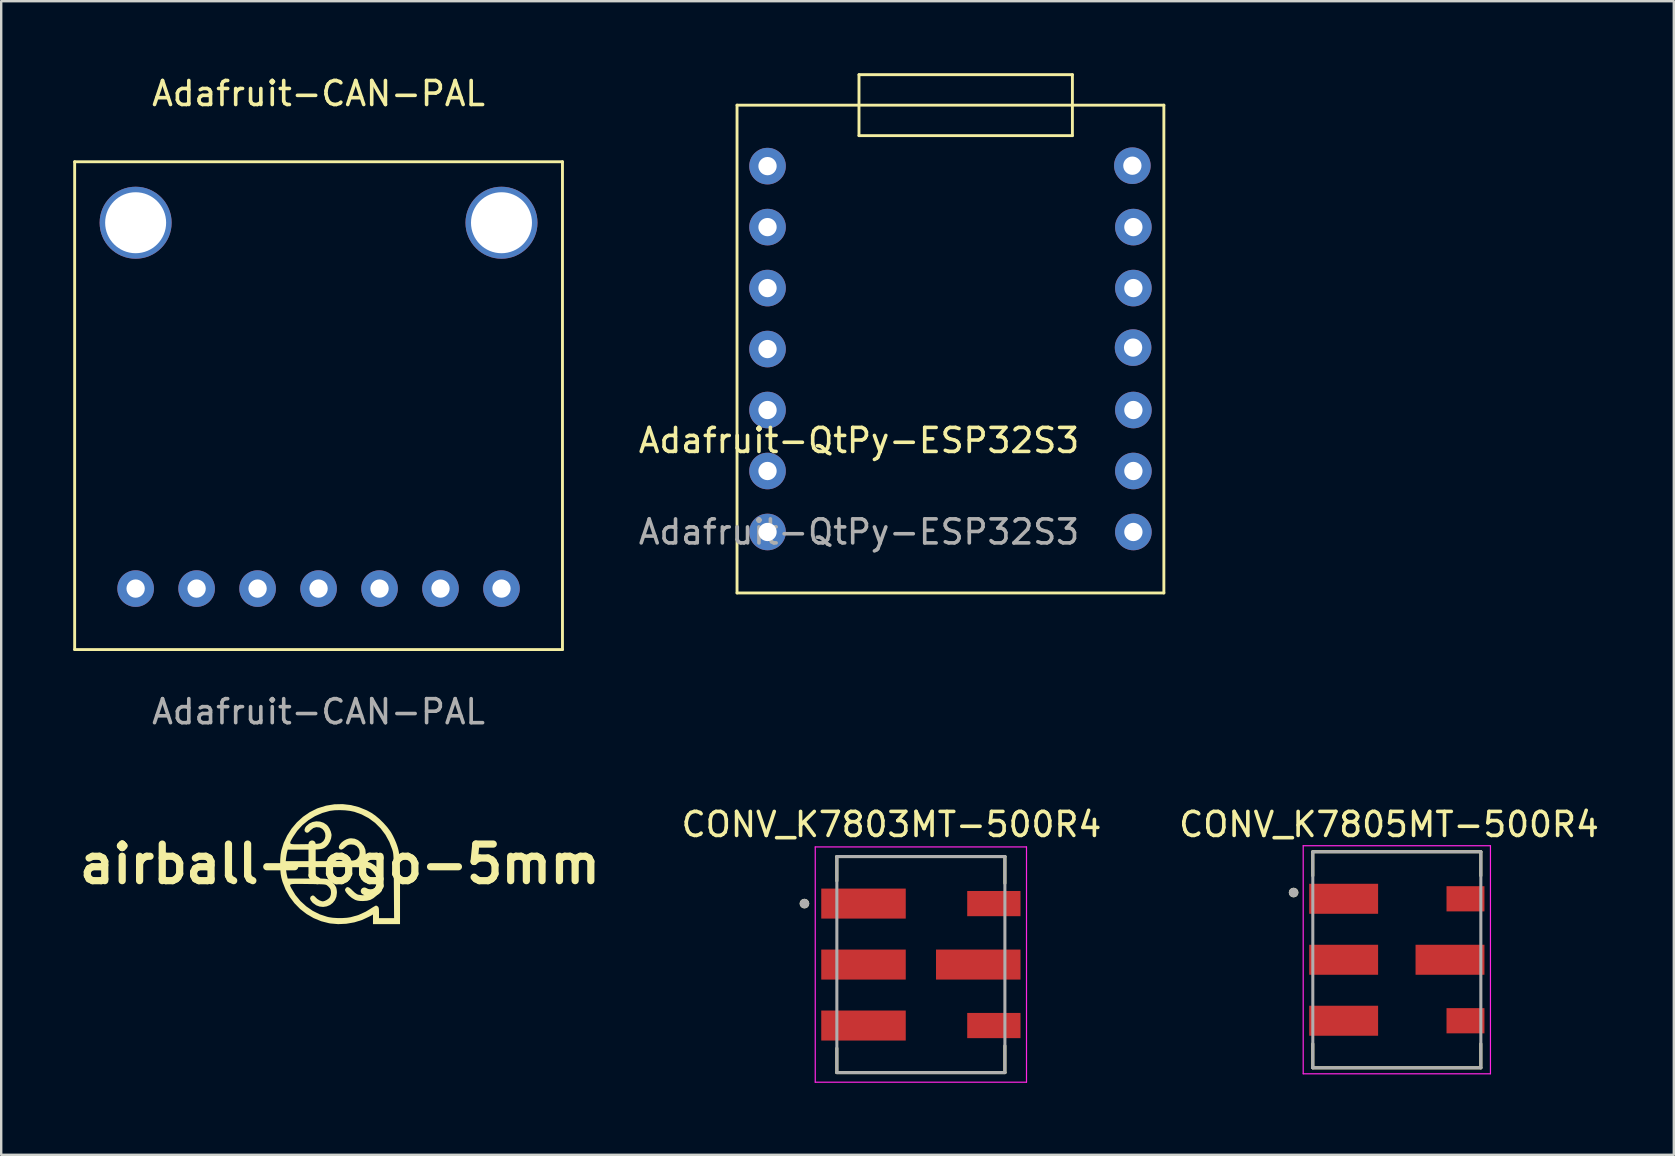
<source format=kicad_pcb>
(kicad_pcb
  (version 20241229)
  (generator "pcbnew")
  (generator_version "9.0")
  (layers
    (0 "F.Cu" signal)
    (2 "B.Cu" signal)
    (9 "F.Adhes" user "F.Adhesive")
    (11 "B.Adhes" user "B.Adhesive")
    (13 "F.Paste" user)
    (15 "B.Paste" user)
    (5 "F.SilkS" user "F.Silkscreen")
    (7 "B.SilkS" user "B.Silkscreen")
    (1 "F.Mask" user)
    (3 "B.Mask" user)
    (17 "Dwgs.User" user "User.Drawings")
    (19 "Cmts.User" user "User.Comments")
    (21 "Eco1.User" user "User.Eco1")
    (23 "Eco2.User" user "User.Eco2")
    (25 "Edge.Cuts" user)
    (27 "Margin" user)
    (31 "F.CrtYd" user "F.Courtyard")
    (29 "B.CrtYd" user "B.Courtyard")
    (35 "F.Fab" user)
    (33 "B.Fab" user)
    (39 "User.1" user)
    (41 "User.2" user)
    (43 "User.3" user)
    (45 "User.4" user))
  (footprint "Adafruit-CAN-PAL"
    (layer "F.Cu")
    (at 10.22 13.848)
    (property "Reference" "Adafruit-CAN-PAL" (at 0 -13 0) (unlocked yes) (layer "F.SilkS") (effects (font (size 1 1) (thickness 0.15))))
    (attr through_hole)
    (fp_line (start -10.16 -10.16) (end 10.16 -10.16) (stroke (width 0.12) (type solid)) (layer "F.SilkS"))
    (fp_line (start -10.16 10.16) (end -10.16 -10.16) (stroke (width 0.12) (type solid)) (layer "F.SilkS"))
    (fp_line (start 10.16 -10.16) (end 10.16 10.16) (stroke (width 0.12) (type solid)) (layer "F.SilkS"))
    (fp_line (start 10.16 10.16) (end -10.16 10.16) (stroke (width 0.12) (type solid)) (layer "F.SilkS"))
    (fp_text user "${REFERENCE}" (at 0 12.75 0) (unlocked yes) (layer "F.Fab") (effects (font (size 1 1) (thickness 0.15))))
    (pad "" np_thru_hole circle (at -7.62 -7.62) (size 3 3) (drill 2.54) (layers "*.Cu" "*.Mask"))
    (pad "" np_thru_hole circle (at 7.62 -7.62) (size 3 3) (drill 2.54) (layers "*.Cu" "*.Mask"))
    (pad "1" thru_hole circle (at -7.62 7.62) (size 1.524 1.524) (drill 0.762) (layers "*.Cu" "*.Mask"))
    (pad "2" thru_hole circle (at -5.08 7.62) (size 1.524 1.524) (drill 0.762) (layers "*.Cu" "*.Mask"))
    (pad "3" thru_hole circle (at -2.54 7.62) (size 1.524 1.524) (drill 0.762) (layers "*.Cu" "*.Mask"))
    (pad "4" thru_hole circle (at 0 7.62) (size 1.524 1.524) (drill 0.762) (layers "*.Cu" "*.Mask"))
    (pad "5" thru_hole circle (at 2.54 7.62) (size 1.524 1.524) (drill 0.762) (layers "*.Cu" "*.Mask"))
    (pad "6" thru_hole circle (at 5.08 7.62) (size 1.524 1.524) (drill 0.762) (layers "*.Cu" "*.Mask"))
    (pad "7" thru_hole circle (at 7.62 7.62) (size 1.524 1.524) (drill 0.762) (layers "*.Cu" "*.Mask")))
  (footprint "airball-logo-5mm"
    (layer "F.Cu")
    (at 11.111 32.945)
    (property "Reference" "airball-logo-5mm" (at 0 0 0) (layer "F.SilkS") (effects (font (size 1.524 1.524) (thickness 0.3))))
    (attr board_only exclude_from_pos_files exclude_from_bom)
    (fp_poly (pts (xy 0.457 -2.459) (xy 0.795 -2.371) (xy 1.123 -2.237) (xy 1.307 -2.137) (xy 1.47 -2.025) (xy 1.643 -1.88) (xy 1.813 -1.714) (xy 1.968 -1.541) (xy 2.095 -1.372) (xy 2.137 -1.307) (xy 2.206 -1.181) (xy 2.276 -1.037) (xy 2.334 -0.901) (xy 2.343 -0.879) (xy 2.375 -0.79) (xy 2.403 -0.707) (xy 2.426 -0.626) (xy 2.446 -0.541) (xy 2.462 -0.448) (xy 2.474 -0.342) (xy 2.484 -0.219) (xy 2.491 -0.074) (xy 2.496 0.098) (xy 2.5 0.301) (xy 2.501 0.541) (xy 2.502 0.821) (xy 2.502 1.142) (xy 2.502 2.502) (xy 1.376 2.502) (xy 1.376 2.1) (xy 1.216 2.189) (xy 0.919 2.328) (xy 0.599 2.427) (xy 0.265 2.485) (xy -0.072 2.501) (xy -0.404 2.472) (xy -0.454 2.463) (xy -0.785 2.379) (xy -1.099 2.249) (xy -1.39 2.079) (xy -1.657 1.872) (xy -1.894 1.631) (xy -2.098 1.36) (xy -2.265 1.063) (xy -2.392 0.742) (xy -2.442 0.563) (xy -2.47 0.403) (xy -2.486 0.21) (xy -2.489 0.125) (xy -2.258 0.125) (xy -2.241 0.269) (xy -2.227 0.369) (xy -2.209 0.465) (xy -2.199 0.507) (xy -2.175 0.602) (xy -1.373 0.6) (xy -1.151 0.6) (xy -0.973 0.6) (xy -0.833 0.601) (xy -0.726 0.603) (xy -0.645 0.607) (xy -0.585 0.613) (xy -0.541 0.621) (xy -0.505 0.632) (xy -0.473 0.646) (xy -0.462 0.651) (xy -0.342 0.731) (xy -0.236 0.84) (xy -0.162 0.962) (xy -0.16 0.967) (xy -0.14 1.04) (xy -0.128 1.135) (xy -0.126 1.194) (xy -0.148 1.359) (xy -0.209 1.502) (xy -0.302 1.618) (xy -0.419 1.706) (xy -0.554 1.762) (xy -0.699 1.784) (xy -0.848 1.769) (xy -0.993 1.714) (xy -1.128 1.617) (xy -1.147 1.598) (xy -1.219 1.507) (xy -1.245 1.43) (xy -1.224 1.364) (xy -1.213 1.35) (xy -1.153 1.308) (xy -1.093 1.313) (xy -1.029 1.368) (xy -1.013 1.387) (xy -0.943 1.454) (xy -0.85 1.511) (xy -0.755 1.546) (xy -0.708 1.552) (xy -0.634 1.534) (xy -0.547 1.491) (xy -0.468 1.434) (xy -0.417 1.376) (xy -0.381 1.28) (xy -0.372 1.171) (xy -0.388 1.068) (xy -0.419 1.005) (xy -0.474 0.943) (xy -0.535 0.89) (xy -0.557 0.875) (xy -0.584 0.863) (xy -0.62 0.854) (xy -0.672 0.847) (xy -0.746 0.842) (xy -0.847 0.838) (xy -0.981 0.835) (xy -1.155 0.832) (xy -1.341 0.83) (xy -1.559 0.827) (xy -1.733 0.826) (xy -1.865 0.826) (xy -1.961 0.83) (xy -2.025 0.839) (xy -2.062 0.854) (xy -2.077 0.876) (xy -2.073 0.906) (xy -2.056 0.945) (xy -2.03 0.996) (xy -2.023 1.008) (xy -1.854 1.287) (xy -1.646 1.539) (xy -1.404 1.76) (xy -1.135 1.946) (xy -0.843 2.092) (xy -0.534 2.194) (xy -0.463 2.211) (xy -0.299 2.235) (xy -0.106 2.247) (xy 0.097 2.248) (xy 0.29 2.235) (xy 0.445 2.212) (xy 0.768 2.121) (xy 1.073 1.982) (xy 1.251 1.874) (xy 1.345 1.813) (xy 1.426 1.765) (xy 1.482 1.734) (xy 1.503 1.727) (xy 1.545 1.742) (xy 1.581 1.768) (xy 1.604 1.797) (xy 1.618 1.842) (xy 1.625 1.914) (xy 1.627 2.024) (xy 1.627 2.031) (xy 1.627 2.252) (xy 2.255 2.252) (xy 2.246 0.92) (xy 2.244 0.627) (xy 2.242 0.38) (xy 2.24 0.173) (xy 2.238 0.003) (xy 2.235 -0.134) (xy 2.232 -0.245) (xy 2.227 -0.332) (xy 2.222 -0.402) (xy 2.215 -0.457) (xy 2.207 -0.503) (xy 2.197 -0.544) (xy 2.185 -0.585) (xy 2.182 -0.596) (xy 2.058 -0.923) (xy 1.895 -1.221) (xy 1.696 -1.486) (xy 1.463 -1.718) (xy 1.199 -1.912) (xy 0.905 -2.068) (xy 0.601 -2.178) (xy 0.422 -2.216) (xy 0.213 -2.24) (xy -0.007 -2.249) (xy -0.22 -2.243) (xy -0.409 -2.219) (xy -0.427 -2.216) (xy -0.741 -2.128) (xy -1.039 -1.997) (xy -1.316 -1.827) (xy -1.565 -1.622) (xy -1.781 -1.386) (xy -1.958 -1.124) (xy -1.96 -1.12) (xy -2.013 -1.029) (xy -2.051 -0.958) (xy -2.071 -0.906) (xy -2.069 -0.868) (xy -2.04 -0.844) (xy -1.98 -0.831) (xy -1.885 -0.826) (xy -1.75 -0.826) (xy -1.571 -0.829) (xy -1.47 -0.83) (xy -1.273 -0.834) (xy -1.119 -0.838) (xy -1.003 -0.843) (xy -0.917 -0.85) (xy -0.856 -0.859) (xy -0.813 -0.87) (xy -0.786 -0.882) (xy -0.69 -0.957) (xy -0.631 -1.055) (xy -0.607 -1.166) (xy -0.616 -1.278) (xy -0.659 -1.381) (xy -0.733 -1.466) (xy -0.837 -1.522) (xy -0.853 -1.527) (xy -0.985 -1.539) (xy -1.107 -1.503) (xy -1.218 -1.417) (xy -1.233 -1.402) (xy -1.295 -1.337) (xy -1.341 -1.308) (xy -1.385 -1.308) (xy -1.428 -1.327) (xy -1.469 -1.374) (xy -1.474 -1.444) (xy -1.444 -1.525) (xy -1.4 -1.586) (xy -1.279 -1.69) (xy -1.137 -1.755) (xy -0.983 -1.782) (xy -0.828 -1.771) (xy -0.681 -1.722) (xy -0.553 -1.636) (xy -0.501 -1.582) (xy -0.436 -1.481) (xy -0.384 -1.363) (xy -0.354 -1.248) (xy -0.35 -1.201) (xy -0.369 -1.07) (xy -0.42 -0.934) (xy -0.492 -0.817) (xy -0.517 -0.789) (xy -0.569 -0.737) (xy -0.619 -0.696) (xy -0.671 -0.664) (xy -0.733 -0.64) (xy -0.811 -0.623) (xy -0.911 -0.612) (xy -1.039 -0.605) (xy -1.203 -0.602) (xy -1.408 -0.601) (xy -1.494 -0.601) (xy -2.175 -0.601) (xy -2.2 -0.507) (xy -2.217 -0.427) (xy -2.233 -0.326) (xy -2.241 -0.269) (xy -2.258 -0.125) (xy -0.852 -0.125) (xy -0.544 -0.125) (xy -0.282 -0.125) (xy -0.062 -0.126) (xy 0.121 -0.128) (xy 0.269 -0.131) (xy 0.388 -0.135) (xy 0.481 -0.142) (xy 0.553 -0.15) (xy 0.607 -0.162) (xy 0.648 -0.176) (xy 0.679 -0.193) (xy 0.705 -0.215) (xy 0.73 -0.24) (xy 0.748 -0.26) (xy 0.799 -0.348) (xy 0.821 -0.458) (xy 0.811 -0.572) (xy 0.782 -0.649) (xy 0.701 -0.746) (xy 0.593 -0.804) (xy 0.461 -0.82) (xy 0.442 -0.818) (xy 0.363 -0.805) (xy 0.299 -0.776) (xy 0.231 -0.718) (xy 0.216 -0.704) (xy 0.126 -0.63) (xy 0.052 -0.602) (xy -0.007 -0.62) (xy -0.02 -0.631) (xy -0.048 -0.689) (xy -0.037 -0.759) (xy 0.008 -0.835) (xy 0.078 -0.91) (xy 0.168 -0.978) (xy 0.27 -1.032) (xy 0.378 -1.067) (xy 0.46 -1.076) (xy 0.613 -1.059) (xy 0.748 -1.002) (xy 0.876 -0.902) (xy 0.89 -0.889) (xy 0.997 -0.752) (xy 1.059 -0.601) (xy 1.075 -0.444) (xy 1.044 -0.288) (xy 1.017 -0.225) (xy 0.99 -0.169) (xy 0.976 -0.138) (xy 0.976 -0.136) (xy 0.998 -0.128) (xy 1.054 -0.117) (xy 1.082 -0.112) (xy 1.267 -0.059) (xy 1.435 0.038) (xy 1.522 0.111) (xy 1.65 0.262) (xy 1.735 0.433) (xy 1.778 0.615) (xy 1.78 0.801) (xy 1.739 0.984) (xy 1.655 1.155) (xy 1.53 1.308) (xy 1.522 1.315) (xy 1.392 1.422) (xy 1.265 1.491) (xy 1.125 1.527) (xy 0.955 1.539) (xy 0.951 1.539) (xy 0.823 1.535) (xy 0.727 1.521) (xy 0.645 1.495) (xy 0.623 1.485) (xy 0.495 1.41) (xy 0.372 1.308) (xy 0.272 1.195) (xy 0.248 1.161) (xy 0.216 1.103) (xy 0.21 1.064) (xy 0.229 1.024) (xy 0.236 1.013) (xy 0.279 0.966) (xy 0.329 0.956) (xy 0.392 0.983) (xy 0.473 1.05) (xy 0.521 1.099) (xy 0.625 1.196) (xy 0.713 1.255) (xy 0.763 1.274) (xy 0.939 1.299) (xy 1.102 1.281) (xy 1.248 1.223) (xy 1.371 1.131) (xy 1.463 1.007) (xy 1.521 0.858) (xy 1.537 0.713) (xy 1.517 0.552) (xy 1.454 0.41) (xy 1.347 0.283) (xy 1.316 0.253) (xy 1.286 0.227) (xy 1.254 0.204) (xy 1.217 0.186) (xy 1.17 0.17) (xy 1.11 0.158) (xy 1.034 0.148) (xy 0.936 0.14) (xy 0.815 0.134) (xy 0.665 0.13) (xy 0.484 0.128) (xy 0.267 0.126) (xy 0.011 0.125) (xy -0.287 0.125) (xy -0.607 0.125) (xy -2.258 0.125) (xy -2.489 0.125) (xy -2.492 0.001) (xy -2.487 -0.209) (xy -2.47 -0.402) (xy -2.443 -0.561) (xy -2.343 -0.886) (xy -2.198 -1.193) (xy -2.013 -1.48) (xy -1.794 -1.739) (xy -1.543 -1.968) (xy -1.265 -2.16) (xy -0.964 -2.311) (xy -0.914 -2.331) (xy -0.577 -2.435) (xy -0.233 -2.491) (xy 0.113 -2.499)) (stroke (width 0) (type solid)) (fill yes) (layer "F.SilkS")))
  (footprint "CONV_K7803MT-500R4"
    (layer "F.Cu")
    (at 35.31 37.13)
    (property "Reference" "CONV_K7803MT-500R4" (at -1.225 -5.835 0) (layer "F.SilkS") (effects (font (size 1 1) (thickness 0.15))))
    (attr smd)
    (fp_line (start -3.5 -4.5) (end 3.5 -4.5) (stroke (width 0.127) (type solid)) (layer "F.SilkS"))
    (fp_line (start -3.5 -3.485) (end -3.5 -4.5) (stroke (width 0.127) (type solid)) (layer "F.SilkS"))
    (fp_line (start -3.5 4.5) (end -3.5 3.485) (stroke (width 0.127) (type solid)) (layer "F.SilkS"))
    (fp_line (start 3.5 -4.5) (end 3.5 -3.385) (stroke (width 0.127) (type solid)) (layer "F.SilkS"))
    (fp_line (start 3.5 4.5) (end -3.5 4.5) (stroke (width 0.127) (type solid)) (layer "F.SilkS"))
    (fp_line (start 3.5 4.5) (end 3.5 3.385) (stroke (width 0.127) (type solid)) (layer "F.SilkS"))
    (fp_circle (center -4.85 -2.54) (end -4.75 -2.54) (stroke (width 0.2) (type solid)) (fill no) (layer "F.SilkS"))
    (fp_line (start -4.4 -4.9) (end -4.4 4.9) (stroke (width 0.05) (type solid)) (layer "F.CrtYd"))
    (fp_line (start -4.4 4.9) (end 4.4 4.9) (stroke (width 0.05) (type solid)) (layer "F.CrtYd"))
    (fp_line (start 4.4 -4.9) (end -4.4 -4.9) (stroke (width 0.05) (type solid)) (layer "F.CrtYd"))
    (fp_line (start 4.4 4.9) (end 4.4 -4.9) (stroke (width 0.05) (type solid)) (layer "F.CrtYd"))
    (fp_line (start -3.5 -4.5) (end 3.5 -4.5) (stroke (width 0.127) (type solid)) (layer "F.Fab"))
    (fp_line (start -3.5 4.5) (end -3.5 -4.5) (stroke (width 0.127) (type solid)) (layer "F.Fab"))
    (fp_line (start 3.5 -4.5) (end 3.5 4.5) (stroke (width 0.127) (type solid)) (layer "F.Fab"))
    (fp_line (start 3.5 4.5) (end -3.5 4.5) (stroke (width 0.127) (type solid)) (layer "F.Fab"))
    (fp_circle (center -4.85 -2.54) (end -4.75 -2.54) (stroke (width 0.2) (type solid)) (fill no) (layer "F.Fab"))
    (pad "1" smd rect (at -2.39 -2.54) (size 3.52 1.25) (layers "F.Cu" "F.Mask" "F.Paste"))
    (pad "2" smd rect (at -2.39 0) (size 3.52 1.25) (layers "F.Cu" "F.Mask" "F.Paste"))
    (pad "3" smd rect (at -2.39 2.54) (size 3.52 1.25) (layers "F.Cu" "F.Mask" "F.Paste"))
    (pad "4" smd rect (at 3.04 2.54) (size 2.22 1.05) (layers "F.Cu" "F.Mask" "F.Paste"))
    (pad "5" smd rect (at 2.39 0) (size 3.52 1.25) (layers "F.Cu" "F.Mask" "F.Paste"))
    (pad "6" smd rect (at 3.04 -2.54) (size 2.22 1.05) (layers "F.Cu" "F.Mask" "F.Paste")))
  (footprint "Adafruit-QtPy-ESP32S3"
    (layer "F.Cu")
    (at 36.542 11.49)
    (property "Reference" "Adafruit-QtPy-ESP32S3" (at -3.81 3.81 0) (unlocked yes) (layer "F.SilkS") (effects (font (size 1 1) (thickness 0.15))))
    (attr through_hole)
    (fp_line (start -8.89 -10.16) (end 8.89 -10.16) (stroke (width 0.12) (type solid)) (layer "F.SilkS"))
    (fp_line (start -8.89 10.16) (end -8.89 -10.16) (stroke (width 0.12) (type solid)) (layer "F.SilkS"))
    (fp_line (start -3.81 -11.43) (end -3.81 -8.89) (stroke (width 0.12) (type solid)) (layer "F.SilkS"))
    (fp_line (start -3.81 -8.89) (end 5.08 -8.89) (stroke (width 0.12) (type solid)) (layer "F.SilkS"))
    (fp_line (start 5.08 -11.43) (end -3.81 -11.43) (stroke (width 0.12) (type solid)) (layer "F.SilkS"))
    (fp_line (start 5.08 -8.89) (end 5.08 -11.43) (stroke (width 0.12) (type solid)) (layer "F.SilkS"))
    (fp_line (start 8.89 -10.16) (end 8.89 10.16) (stroke (width 0.12) (type solid)) (layer "F.SilkS"))
    (fp_line (start 8.89 10.16) (end -8.89 10.16) (stroke (width 0.12) (type solid)) (layer "F.SilkS"))
    (fp_line (start -8.89 -10.16) (end 8.89 -10.16) (stroke (width 0.12) (type solid)) (layer "Margin"))
    (fp_line (start -8.89 10.16) (end -8.89 -10.16) (stroke (width 0.12) (type solid)) (layer "Margin"))
    (fp_line (start 8.89 -10.16) (end 8.89 10.16) (stroke (width 0.12) (type solid)) (layer "Margin"))
    (fp_line (start 8.89 10.16) (end -8.89 10.16) (stroke (width 0.12) (type solid)) (layer "Margin"))
    (fp_text user "${REFERENCE}" (at -3.81 7.62 0) (unlocked yes) (layer "F.Fab") (effects (font (size 1 1) (thickness 0.15))))
    (pad "1" thru_hole circle (at -7.62 -7.62) (size 1.524 1.524) (drill 0.762) (layers "*.Cu" "*.Mask"))
    (pad "2" thru_hole circle (at -7.62 -5.08) (size 1.524 1.524) (drill 0.762) (layers "*.Cu" "*.Mask"))
    (pad "3" thru_hole circle (at -7.62 -2.54) (size 1.524 1.524) (drill 0.762) (layers "*.Cu" "*.Mask"))
    (pad "4" thru_hole circle (at -7.62 0) (size 1.524 1.524) (drill 0.762) (layers "*.Cu" "*.Mask"))
    (pad "5" thru_hole circle (at -7.62 2.54) (size 1.524 1.524) (drill 0.762) (layers "*.Cu" "*.Mask"))
    (pad "6" thru_hole circle (at -7.62 5.08) (size 1.524 1.524) (drill 0.762) (layers "*.Cu" "*.Mask"))
    (pad "7" thru_hole circle (at -7.62 7.62) (size 1.524 1.524) (drill 0.762) (layers "*.Cu" "*.Mask"))
    (pad "8" thru_hole circle (at 7.62 7.62) (size 1.524 1.524) (drill 0.762) (layers "*.Cu" "*.Mask"))
    (pad "9" thru_hole circle (at 7.62 5.08) (size 1.524 1.524) (drill 0.762) (layers "*.Cu" "*.Mask"))
    (pad "10" thru_hole circle (at 7.62 2.54) (size 1.524 1.524) (drill 0.762) (layers "*.Cu" "*.Mask"))
    (pad "11" thru_hole circle (at 7.608 -0.06) (size 1.524 1.524) (drill 0.762) (layers "*.Cu" "*.Mask"))
    (pad "12" thru_hole circle (at 7.62 -2.54) (size 1.524 1.524) (drill 0.762) (layers "*.Cu" "*.Mask"))
    (pad "13" thru_hole circle (at 7.62 -5.08) (size 1.524 1.524) (drill 0.762) (layers "*.Cu" "*.Mask"))
    (pad "14" thru_hole circle (at 7.578 -7.638) (size 1.524 1.524) (drill 0.762) (layers "*.Cu" "*.Mask")))
  (footprint "CONV_K7805MT-500R4"
    (layer "F.Cu")
    (at 55.136 36.93)
    (property "Reference" "CONV_K7805MT-500R4" (at -0.325 -5.635 0) (layer "F.SilkS") (effects (font (size 1 1) (thickness 0.15))))
    (attr smd)
    (fp_line (start -3.5 -4.5) (end -3.5 -3.5) (stroke (width 0.127) (type solid)) (layer "F.SilkS"))
    (fp_line (start -3.5 -4.5) (end 3.5 -4.5) (stroke (width 0.127) (type solid)) (layer "F.SilkS"))
    (fp_line (start -3.5 4.5) (end -3.5 3.5) (stroke (width 0.127) (type solid)) (layer "F.SilkS"))
    (fp_line (start 3.5 -4.5) (end 3.5 -3.5) (stroke (width 0.127) (type solid)) (layer "F.SilkS"))
    (fp_line (start 3.5 4.5) (end -3.5 4.5) (stroke (width 0.127) (type solid)) (layer "F.SilkS"))
    (fp_line (start 3.5 4.5) (end 3.5 3.5) (stroke (width 0.127) (type solid)) (layer "F.SilkS"))
    (fp_circle (center -4.3 -2.8) (end -4.2 -2.8) (stroke (width 0.2) (type solid)) (fill no) (layer "F.SilkS"))
    (fp_line (start -3.9 -4.75) (end -3.9 4.75) (stroke (width 0.05) (type solid)) (layer "F.CrtYd"))
    (fp_line (start -3.9 4.75) (end 3.9 4.75) (stroke (width 0.05) (type solid)) (layer "F.CrtYd"))
    (fp_line (start 3.9 -4.75) (end -3.9 -4.75) (stroke (width 0.05) (type solid)) (layer "F.CrtYd"))
    (fp_line (start 3.9 4.75) (end 3.9 -4.75) (stroke (width 0.05) (type solid)) (layer "F.CrtYd"))
    (fp_line (start -3.5 -4.5) (end 3.5 -4.5) (stroke (width 0.127) (type solid)) (layer "F.Fab"))
    (fp_line (start -3.5 4.5) (end -3.5 -4.5) (stroke (width 0.127) (type solid)) (layer "F.Fab"))
    (fp_line (start 3.5 -4.5) (end 3.5 4.5) (stroke (width 0.127) (type solid)) (layer "F.Fab"))
    (fp_line (start 3.5 4.5) (end -3.5 4.5) (stroke (width 0.127) (type solid)) (layer "F.Fab"))
    (fp_circle (center -4.3 -2.8) (end -4.2 -2.8) (stroke (width 0.2) (type solid)) (fill no) (layer "F.Fab"))
    (pad "1" smd rect (at -2.215 -2.54) (size 2.87 1.25) (layers "F.Cu" "F.Mask" "F.Paste"))
    (pad "2" smd rect (at -2.215 0) (size 2.87 1.25) (layers "F.Cu" "F.Mask" "F.Paste"))
    (pad "3" smd rect (at -2.215 2.54) (size 2.87 1.25) (layers "F.Cu" "F.Mask" "F.Paste"))
    (pad "4" smd rect (at 2.86 2.54 180) (size 1.58 1.05) (layers "F.Cu" "F.Mask" "F.Paste"))
    (pad "5" smd rect (at 2.215 0 180) (size 2.87 1.25) (layers "F.Cu" "F.Mask" "F.Paste"))
    (pad "6" smd rect (at 2.86 -2.54 180) (size 1.58 1.05) (layers "F.Cu" "F.Mask" "F.Paste")))
  (gr_rect
    (start -3 -3)
    (end 66.674 45.055)
    (stroke (width 0.1) (type default))
    (fill no)
    (layer "Edge.Cuts")))
</source>
